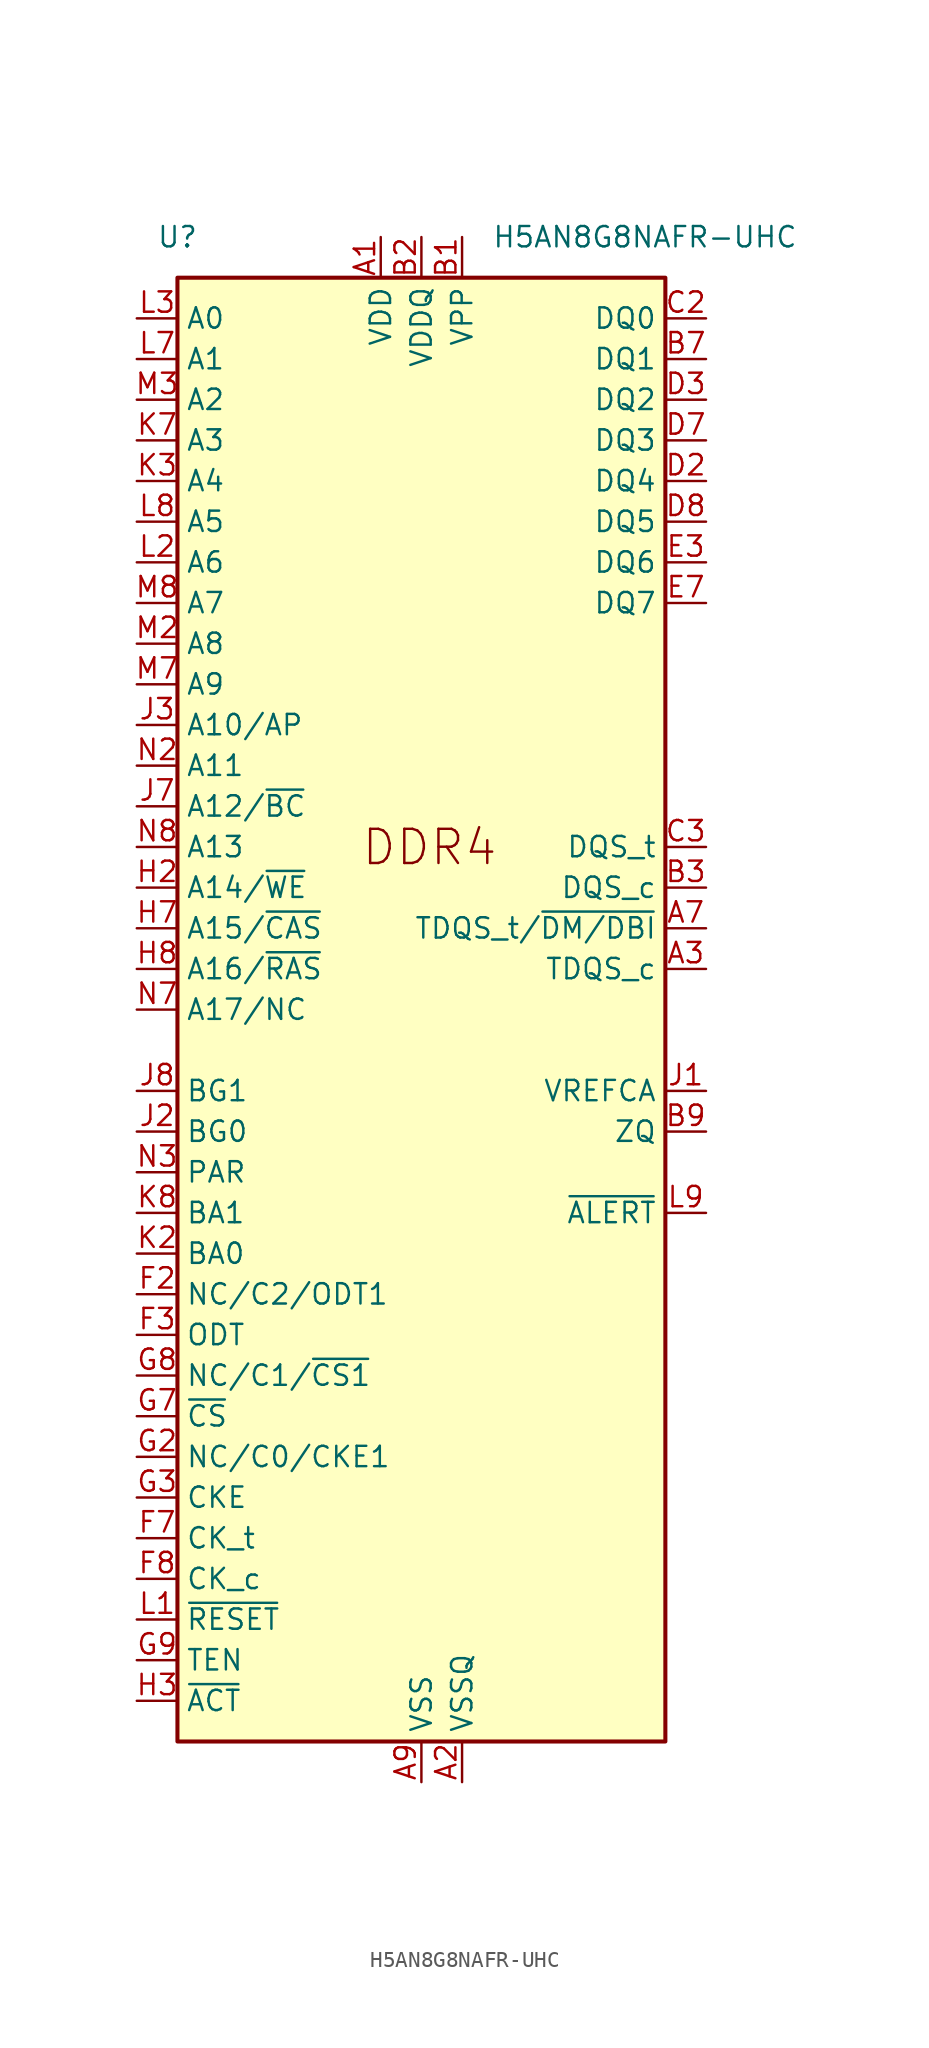
<source format=kicad_sym>
(kicad_symbol_lib
  (version 20201005)
  (generator kicad_symbol_editor)
  (symbol "Memory_RAM:H5AN8G8NAFR-UHC"
    (property "Reference" "U"
      (at -15.24 48.26 0)
      (effects (font (size 1.27 1.27))))
    (property "Value" "H5AN8G8NAFR-UHC"
      (at 13.97 48.26 0)
      (effects (font (size 1.27 1.27))))
    (symbol "H5AN8G8NAFR-UHC_0_1"
      (rectangle (start -15.24 -45.72) (end 15.24 45.72) (stroke (width 0.254)) (fill (type background)))
      (pin power_in line (at -2.54 48.26 270) (length 2.54) (name "VDD" (effects (font (size 1.27 1.27)))) (number "A1" (effects (font (size 1.27 1.27)))))
      (pin power_in line (at 2.54 -48.26 90) (length 2.54) (name "VSSQ" (effects (font (size 1.27 1.27)))) (number "A2" (effects (font (size 1.27 1.27)))))
      (pin output line (at 17.78 2.54 180) (length 2.54) (name "TDQS_c" (effects (font (size 1.27 1.27)))) (number "A3" (effects (font (size 1.27 1.27)))))
      (pin bidirectional line (at 17.78 5.08 180) (length 2.54) (name "TDQS_t/~DM/DBI" (effects (font (size 1.27 1.27)))) (number "A7" (effects (font (size 1.27 1.27)))))
      (pin passive line (at 2.54 -48.26 90) (length 2.54) hide (name "VSSQ" (effects (font (size 1.27 1.27)))) (number "A8" (effects (font (size 1.27 1.27)))))
      (pin power_in line (at 0 -48.26 90) (length 2.54) (name "VSS" (effects (font (size 1.27 1.27)))) (number "A9" (effects (font (size 1.27 1.27)))))
      (pin power_in line (at 2.54 48.26 270) (length 2.54) (name "VPP" (effects (font (size 1.27 1.27)))) (number "B1" (effects (font (size 1.27 1.27)))))
      (pin power_in line (at 0 48.26 270) (length 2.54) (name "VDDQ" (effects (font (size 1.27 1.27)))) (number "B2" (effects (font (size 1.27 1.27)))))
      (pin bidirectional line (at 17.78 7.62 180) (length 2.54) (name "DQS_c" (effects (font (size 1.27 1.27)))) (number "B3" (effects (font (size 1.27 1.27)))))
      (pin bidirectional line (at 17.78 40.64 180) (length 2.54) (name "DQ1" (effects (font (size 1.27 1.27)))) (number "B7" (effects (font (size 1.27 1.27)))))
      (pin passive line (at 0 48.26 270) (length 2.54) hide (name "VDDQ" (effects (font (size 1.27 1.27)))) (number "B8" (effects (font (size 1.27 1.27)))))
      (pin passive line (at 17.78 -7.62 180) (length 2.54) (name "ZQ" (effects (font (size 1.27 1.27)))) (number "B9" (effects (font (size 1.27 1.27)))))
      (pin passive line (at 0 48.26 270) (length 2.54) hide (name "VDDQ" (effects (font (size 1.27 1.27)))) (number "C1" (effects (font (size 1.27 1.27)))))
      (pin bidirectional line (at 17.78 43.18 180) (length 2.54) (name "DQ0" (effects (font (size 1.27 1.27)))) (number "C2" (effects (font (size 1.27 1.27)))))
      (pin bidirectional line (at 17.78 10.16 180) (length 2.54) (name "DQS_t" (effects (font (size 1.27 1.27)))) (number "C3" (effects (font (size 1.27 1.27)))))
      (pin passive line (at -2.54 48.26 270) (length 2.54) hide (name "VDD" (effects (font (size 1.27 1.27)))) (number "C7" (effects (font (size 1.27 1.27)))))
      (pin passive line (at 0 -48.26 90) (length 2.54) hide (name "VSS" (effects (font (size 1.27 1.27)))) (number "C8" (effects (font (size 1.27 1.27)))))
      (pin passive line (at 0 48.26 270) (length 2.54) hide (name "VDDQ" (effects (font (size 1.27 1.27)))) (number "C9" (effects (font (size 1.27 1.27)))))
      (pin passive line (at 2.54 -48.26 90) (length 2.54) hide (name "VSSQ" (effects (font (size 1.27 1.27)))) (number "D1" (effects (font (size 1.27 1.27)))))
      (pin bidirectional line (at 17.78 33.02 180) (length 2.54) (name "DQ4" (effects (font (size 1.27 1.27)))) (number "D2" (effects (font (size 1.27 1.27)))))
      (pin bidirectional line (at 17.78 38.1 180) (length 2.54) (name "DQ2" (effects (font (size 1.27 1.27)))) (number "D3" (effects (font (size 1.27 1.27)))))
      (pin bidirectional line (at 17.78 35.56 180) (length 2.54) (name "DQ3" (effects (font (size 1.27 1.27)))) (number "D7" (effects (font (size 1.27 1.27)))))
      (pin bidirectional line (at 17.78 30.48 180) (length 2.54) (name "DQ5" (effects (font (size 1.27 1.27)))) (number "D8" (effects (font (size 1.27 1.27)))))
      (pin passive line (at 2.54 -48.26 90) (length 2.54) hide (name "VSSQ" (effects (font (size 1.27 1.27)))) (number "D9" (effects (font (size 1.27 1.27)))))
      (pin passive line (at 0 -48.26 90) (length 2.54) hide (name "VSS" (effects (font (size 1.27 1.27)))) (number "E1" (effects (font (size 1.27 1.27)))))
      (pin passive line (at 0 48.26 270) (length 2.54) hide (name "VDDQ" (effects (font (size 1.27 1.27)))) (number "E2" (effects (font (size 1.27 1.27)))))
      (pin bidirectional line (at 17.78 27.94 180) (length 2.54) (name "DQ6" (effects (font (size 1.27 1.27)))) (number "E3" (effects (font (size 1.27 1.27)))))
      (pin bidirectional line (at 17.78 25.4 180) (length 2.54) (name "DQ7" (effects (font (size 1.27 1.27)))) (number "E7" (effects (font (size 1.27 1.27)))))
      (pin passive line (at 0 48.26 270) (length 2.54) hide (name "VDDQ" (effects (font (size 1.27 1.27)))) (number "E8" (effects (font (size 1.27 1.27)))))
      (pin passive line (at 0 -48.26 90) (length 2.54) hide (name "VSS" (effects (font (size 1.27 1.27)))) (number "E9" (effects (font (size 1.27 1.27)))))
      (pin passive line (at -2.54 48.26 270) (length 2.54) hide (name "VDD" (effects (font (size 1.27 1.27)))) (number "F1" (effects (font (size 1.27 1.27)))))
      (pin passive line (at -17.78 -17.78 0) (length 2.54) (name "NC/C2/ODT1" (effects (font (size 1.27 1.27)))) (number "F2" (effects (font (size 1.27 1.27)))))
      (pin input line (at -17.78 -20.32 0) (length 2.54) (name "ODT" (effects (font (size 1.27 1.27)))) (number "F3" (effects (font (size 1.27 1.27)))))
      (pin input line (at -17.78 -33.02 0) (length 2.54) (name "CK_t" (effects (font (size 1.27 1.27)))) (number "F7" (effects (font (size 1.27 1.27)))))
      (pin input line (at -17.78 -35.56 0) (length 2.54) (name "CK_c" (effects (font (size 1.27 1.27)))) (number "F8" (effects (font (size 1.27 1.27)))))
      (pin passive line (at -2.54 48.26 270) (length 2.54) hide (name "VDD" (effects (font (size 1.27 1.27)))) (number "F9" (effects (font (size 1.27 1.27)))))
      (pin passive line (at 0 -48.26 90) (length 2.54) hide (name "VSS" (effects (font (size 1.27 1.27)))) (number "G1" (effects (font (size 1.27 1.27)))))
      (pin passive line (at -17.78 -27.94 0) (length 2.54) (name "NC/C0/CKE1" (effects (font (size 1.27 1.27)))) (number "G2" (effects (font (size 1.27 1.27)))))
      (pin input line (at -17.78 -30.48 0) (length 2.54) (name "CKE" (effects (font (size 1.27 1.27)))) (number "G3" (effects (font (size 1.27 1.27)))))
      (pin input line (at -17.78 -25.4 0) (length 2.54) (name "~CS" (effects (font (size 1.27 1.27)))) (number "G7" (effects (font (size 1.27 1.27)))))
      (pin passive line (at -17.78 -22.86 0) (length 2.54) (name "NC/C1/~CS1" (effects (font (size 1.27 1.27)))) (number "G8" (effects (font (size 1.27 1.27)))))
      (pin input line (at -17.78 -40.64 0) (length 2.54) (name "TEN" (effects (font (size 1.27 1.27)))) (number "G9" (effects (font (size 1.27 1.27)))))
      (pin passive line (at -2.54 48.26 270) (length 2.54) hide (name "VDD" (effects (font (size 1.27 1.27)))) (number "H1" (effects (font (size 1.27 1.27)))))
      (pin input line (at -17.78 7.62 0) (length 2.54) (name "A14/~WE" (effects (font (size 1.27 1.27)))) (number "H2" (effects (font (size 1.27 1.27)))))
      (pin input line (at -17.78 -43.18 0) (length 2.54) (name "~ACT" (effects (font (size 1.27 1.27)))) (number "H3" (effects (font (size 1.27 1.27)))))
      (pin input line (at -17.78 5.08 0) (length 2.54) (name "A15/~CAS" (effects (font (size 1.27 1.27)))) (number "H7" (effects (font (size 1.27 1.27)))))
      (pin input line (at -17.78 2.54 0) (length 2.54) (name "A16/~RAS" (effects (font (size 1.27 1.27)))) (number "H8" (effects (font (size 1.27 1.27)))))
      (pin passive line (at 0 -48.26 90) (length 2.54) hide (name "VSS" (effects (font (size 1.27 1.27)))) (number "H9" (effects (font (size 1.27 1.27)))))
      (pin passive line (at 17.78 -5.08 180) (length 2.54) (name "VREFCA" (effects (font (size 1.27 1.27)))) (number "J1" (effects (font (size 1.27 1.27)))))
      (pin input line (at -17.78 -7.62 0) (length 2.54) (name "BG0" (effects (font (size 1.27 1.27)))) (number "J2" (effects (font (size 1.27 1.27)))))
      (pin input line (at -17.78 17.78 0) (length 2.54) (name "A10/AP" (effects (font (size 1.27 1.27)))) (number "J3" (effects (font (size 1.27 1.27)))))
      (pin input line (at -17.78 12.7 0) (length 2.54) (name "A12/~BC" (effects (font (size 1.27 1.27)))) (number "J7" (effects (font (size 1.27 1.27)))))
      (pin input line (at -17.78 -5.08 0) (length 2.54) (name "BG1" (effects (font (size 1.27 1.27)))) (number "J8" (effects (font (size 1.27 1.27)))))
      (pin passive line (at -2.54 48.26 270) (length 2.54) hide (name "VDD" (effects (font (size 1.27 1.27)))) (number "J9" (effects (font (size 1.27 1.27)))))
      (pin passive line (at 0 -48.26 90) (length 2.54) hide (name "VSS" (effects (font (size 1.27 1.27)))) (number "K1" (effects (font (size 1.27 1.27)))))
      (pin input line (at -17.78 -15.24 0) (length 2.54) (name "BA0" (effects (font (size 1.27 1.27)))) (number "K2" (effects (font (size 1.27 1.27)))))
      (pin input line (at -17.78 33.02 0) (length 2.54) (name "A4" (effects (font (size 1.27 1.27)))) (number "K3" (effects (font (size 1.27 1.27)))))
      (pin input line (at -17.78 35.56 0) (length 2.54) (name "A3" (effects (font (size 1.27 1.27)))) (number "K7" (effects (font (size 1.27 1.27)))))
      (pin input line (at -17.78 -12.7 0) (length 2.54) (name "BA1" (effects (font (size 1.27 1.27)))) (number "K8" (effects (font (size 1.27 1.27)))))
      (pin passive line (at 0 -48.26 90) (length 2.54) hide (name "VSS" (effects (font (size 1.27 1.27)))) (number "K9" (effects (font (size 1.27 1.27)))))
      (pin input line (at -17.78 -38.1 0) (length 2.54) (name "~RESET" (effects (font (size 1.27 1.27)))) (number "L1" (effects (font (size 1.27 1.27)))))
      (pin input line (at -17.78 27.94 0) (length 2.54) (name "A6" (effects (font (size 1.27 1.27)))) (number "L2" (effects (font (size 1.27 1.27)))))
      (pin input line (at -17.78 43.18 0) (length 2.54) (name "A0" (effects (font (size 1.27 1.27)))) (number "L3" (effects (font (size 1.27 1.27)))))
      (pin input line (at -17.78 40.64 0) (length 2.54) (name "A1" (effects (font (size 1.27 1.27)))) (number "L7" (effects (font (size 1.27 1.27)))))
      (pin input line (at -17.78 30.48 0) (length 2.54) (name "A5" (effects (font (size 1.27 1.27)))) (number "L8" (effects (font (size 1.27 1.27)))))
      (pin open_collector line (at 17.78 -12.7 180) (length 2.54) (name "~ALERT" (effects (font (size 1.27 1.27)))) (number "L9" (effects (font (size 1.27 1.27)))))
      (pin passive line (at -2.54 48.26 270) (length 2.54) hide (name "VDD" (effects (font (size 1.27 1.27)))) (number "M1" (effects (font (size 1.27 1.27)))))
      (pin input line (at -17.78 22.86 0) (length 2.54) (name "A8" (effects (font (size 1.27 1.27)))) (number "M2" (effects (font (size 1.27 1.27)))))
      (pin input line (at -17.78 38.1 0) (length 2.54) (name "A2" (effects (font (size 1.27 1.27)))) (number "M3" (effects (font (size 1.27 1.27)))))
      (pin input line (at -17.78 20.32 0) (length 2.54) (name "A9" (effects (font (size 1.27 1.27)))) (number "M7" (effects (font (size 1.27 1.27)))))
      (pin input line (at -17.78 25.4 0) (length 2.54) (name "A7" (effects (font (size 1.27 1.27)))) (number "M8" (effects (font (size 1.27 1.27)))))
      (pin passive line (at 2.54 48.26 270) (length 2.54) hide (name "VPP" (effects (font (size 1.27 1.27)))) (number "M9" (effects (font (size 1.27 1.27)))))
      (pin passive line (at 0 -48.26 90) (length 2.54) hide (name "VSS" (effects (font (size 1.27 1.27)))) (number "N1" (effects (font (size 1.27 1.27)))))
      (pin input line (at -17.78 15.24 0) (length 2.54) (name "A11" (effects (font (size 1.27 1.27)))) (number "N2" (effects (font (size 1.27 1.27)))))
      (pin input line (at -17.78 -10.16 0) (length 2.54) (name "PAR" (effects (font (size 1.27 1.27)))) (number "N3" (effects (font (size 1.27 1.27)))))
      (pin passive line (at -17.78 0 0) (length 2.54) (name "A17/NC" (effects (font (size 1.27 1.27)))) (number "N7" (effects (font (size 1.27 1.27)))))
      (pin input line (at -17.78 10.16 0) (length 2.54) (name "A13" (effects (font (size 1.27 1.27)))) (number "N8" (effects (font (size 1.27 1.27)))))
      (pin passive line (at -2.54 48.26 270) (length 2.54) hide (name "VDD" (effects (font (size 1.27 1.27)))) (number "N9" (effects (font (size 1.27 1.27))))))
    (symbol "H5AN8G8NAFR-UHC_1_1"
      (text "DDR4" (at -3.81 8.89 0) (effects (font (size 2.134 2.134)) (justify left bottom))))))
</source>
